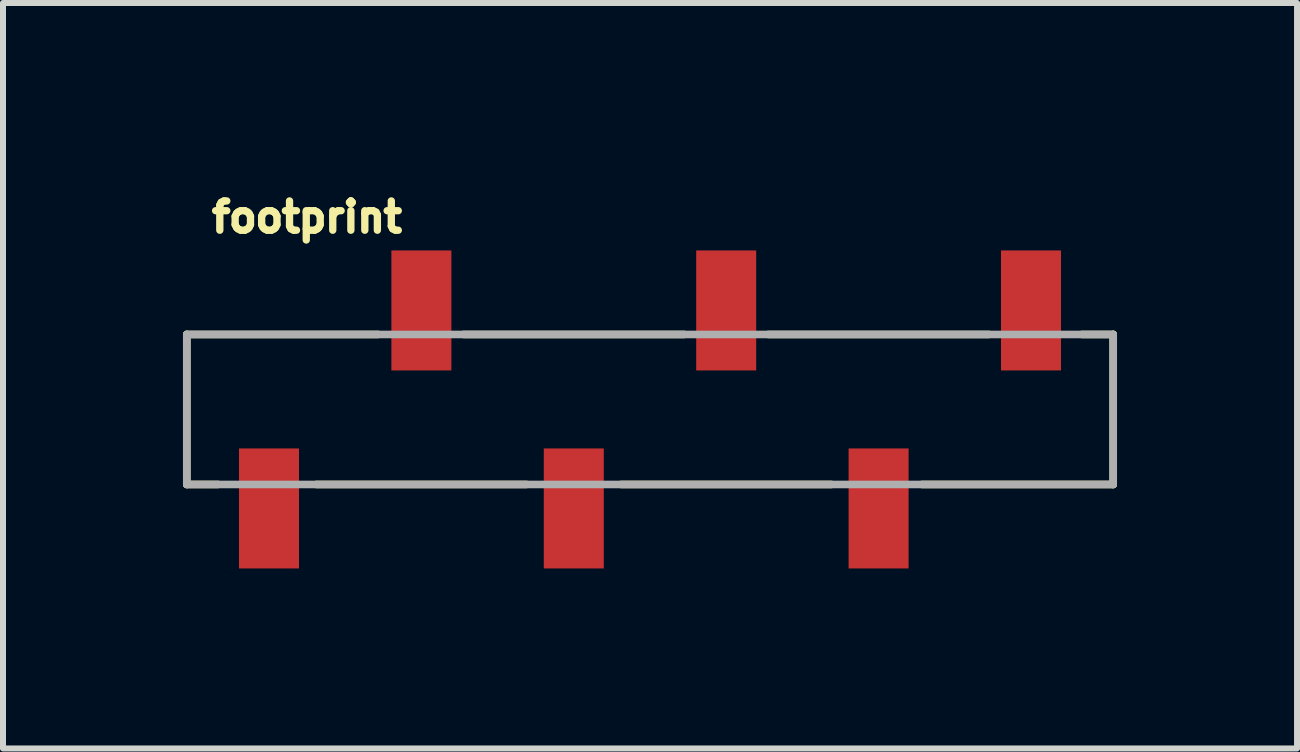
<source format=kicad_pcb>
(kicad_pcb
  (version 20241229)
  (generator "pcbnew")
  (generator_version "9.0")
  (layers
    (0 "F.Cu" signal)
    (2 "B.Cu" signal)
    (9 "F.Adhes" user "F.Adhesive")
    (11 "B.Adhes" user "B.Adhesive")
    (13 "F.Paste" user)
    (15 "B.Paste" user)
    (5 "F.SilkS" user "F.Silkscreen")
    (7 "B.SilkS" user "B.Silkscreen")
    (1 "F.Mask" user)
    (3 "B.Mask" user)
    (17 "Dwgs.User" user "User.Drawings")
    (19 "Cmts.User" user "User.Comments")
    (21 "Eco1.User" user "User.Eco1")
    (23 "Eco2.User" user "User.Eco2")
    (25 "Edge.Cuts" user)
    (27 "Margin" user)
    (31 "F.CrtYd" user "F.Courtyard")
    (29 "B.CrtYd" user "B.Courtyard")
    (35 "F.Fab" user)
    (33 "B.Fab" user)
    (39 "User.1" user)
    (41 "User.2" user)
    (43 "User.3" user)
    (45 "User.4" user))
  (footprint "footprint"
    (layer "F.Cu")
    (at 14.133 3.774)
    (property "Reference" "footprint" (at -13.716 -2.921 0) (layer "F.SilkS") (effects (font (size 0.488 0.488) (thickness 0.122)) (justify left bottom)))
    (fp_line (start -14.07 -1.25) (end -10.883 -1.25) (stroke (width 0.127) (type solid)) (layer "F.SilkS"))
    (fp_line (start -14.07 1.25) (end -14.07 -1.25) (stroke (width 0.127) (type solid)) (layer "F.SilkS"))
    (fp_line (start -13.55 1.25) (end -14.07 1.25) (stroke (width 0.127) (type solid)) (layer "F.SilkS"))
    (fp_line (start -9.457 -1.25) (end -5.783 -1.25) (stroke (width 0.127) (type solid)) (layer "F.SilkS"))
    (fp_line (start -8.409 1.25) (end -11.911 1.25) (stroke (width 0.127) (type solid)) (layer "F.SilkS"))
    (fp_line (start -4.377 -1.25) (end -0.703 -1.25) (stroke (width 0.127) (type solid)) (layer "F.SilkS"))
    (fp_line (start -3.329 1.25) (end -6.831 1.25) (stroke (width 0.127) (type solid)) (layer "F.SilkS"))
    (fp_line (start 0.85 -1.25) (end 1.37 -1.25) (stroke (width 0.127) (type solid)) (layer "F.SilkS"))
    (fp_line (start 1.37 -1.25) (end 1.37 1.25) (stroke (width 0.127) (type solid)) (layer "F.SilkS"))
    (fp_line (start 1.37 1.25) (end -1.817 1.25) (stroke (width 0.127) (type solid)) (layer "F.SilkS"))
    (fp_line (start -14.07 -1.25) (end -14.07 1.25) (stroke (width 0.127) (type solid)) (layer "F.Fab"))
    (fp_line (start -14.07 1.25) (end 1.37 1.25) (stroke (width 0.127) (type solid)) (layer "F.Fab"))
    (fp_line (start 1.37 -1.25) (end -14.07 -1.25) (stroke (width 0.127) (type solid)) (layer "F.Fab"))
    (fp_line (start 1.37 1.25) (end 1.37 -1.25) (stroke (width 0.127) (type solid)) (layer "F.Fab"))
    (pad "1" smd rect (at 0 -1.65 90) (size 2 1) (layers "F.Cu" "F.Mask" "F.Paste"))
    (pad "2" smd rect (at -2.54 1.65 90) (size 2 1) (layers "F.Cu" "F.Mask" "F.Paste"))
    (pad "3" smd rect (at -5.08 -1.65 90) (size 2 1) (layers "F.Cu" "F.Mask" "F.Paste"))
    (pad "4" smd rect (at -7.62 1.65 90) (size 2 1) (layers "F.Cu" "F.Mask" "F.Paste"))
    (pad "5" smd rect (at -10.16 -1.65 90) (size 2 1) (layers "F.Cu" "F.Mask" "F.Paste"))
    (pad "6" smd rect (at -12.7 1.65 90) (size 2 1) (layers "F.Cu" "F.Mask" "F.Paste")))
  (gr_rect
    (start -3 -3)
    (end 18.567 9.424)
    (stroke (width 0.1) (type default))
    (fill no)
    (layer "Edge.Cuts")))
</source>
